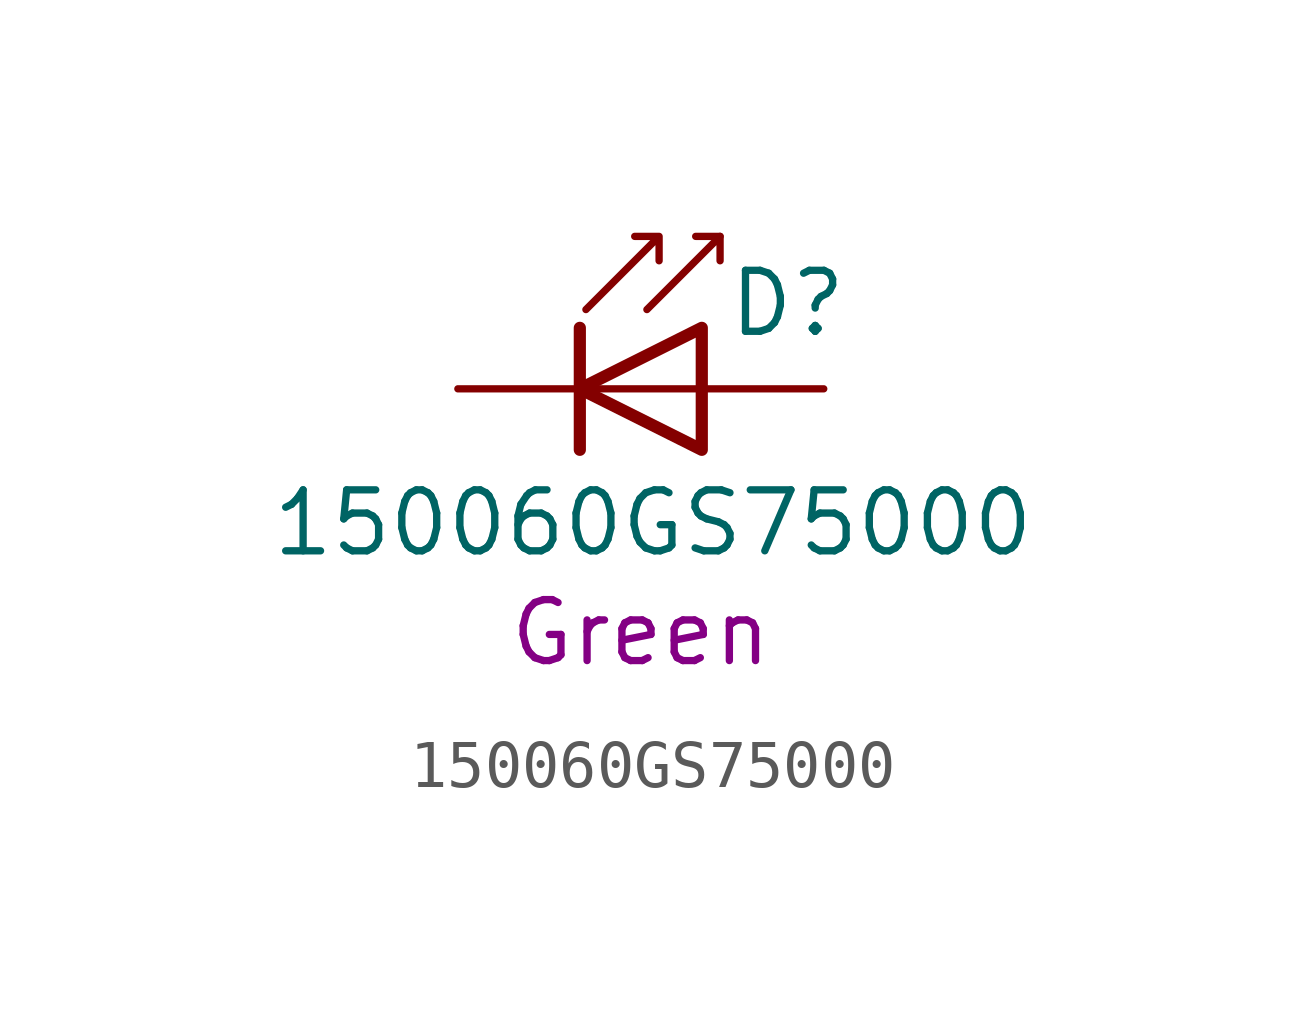
<source format=kicad_sym>
(kicad_symbol_lib
  (version 20211014)
  (generator kicad_symbol_editor)
  (symbol "150060GS75000"
    (pin_numbers hide)
    (pin_names
      (offset 1.016) hide)
    (property "Reference" "D"
      (at 0.508 1.778 0)
      (effects (font (size 1.27 1.27)) (justify left)))
    (property "Value" "150060GS75000"
      (at -1.016 -2.794 0)
      (effects (font (size 1.27 1.27))))
    (property "Info" "Green"
      (at -1.27 -5.08 0)
      (effects (font (size 1.27 1.27))))
    (symbol "150060GS75000_0_1"
      (polyline (pts (xy -2.54 1.27) (xy -2.54 -1.27)) (stroke (width 0.254) (type default) (color 0 0 0 0)) (fill (type none)))
      (polyline (pts (xy 0 0) (xy -2.54 0)) (stroke (width 0) (type default) (color 0 0 0 0)) (fill (type none)))
      (polyline (pts (xy 0.381 3.175) (xy -0.127 3.175)) (stroke (width 0) (type default) (color 0 0 0 0)) (fill (type none)))
      (polyline (pts (xy -1.143 1.651) (xy 0.381 3.175) (xy 0.381 2.667)) (stroke (width 0) (type default) (color 0 0 0 0)) (fill (type none)))
      (polyline (pts (xy 0 -1.27) (xy -2.54 0) (xy 0 1.27) (xy 0 -1.27)) (stroke (width 0.254) (type default) (color 0 0 0 0)) (fill (type none)))
      (polyline (pts (xy -2.413 1.651) (xy -0.889 3.175) (xy -0.889 2.667) (xy -0.889 3.175) (xy -1.397 3.175)) (stroke (width 0) (type default) (color 0 0 0 0)) (fill (type none))))
    (symbol "150060GS75000_1_1"
      (pin passive line (at -5.08 0 0) (length 2.54) (name "K" (effects (font (size 1.27 1.27)))) (number "1" (effects (font (size 1.27 1.27)))))
      (pin passive line (at 2.54 0 180) (length 2.54) (name "A" (effects (font (size 1.27 1.27)))) (number "2" (effects (font (size 1.27 1.27))))))))
</source>
